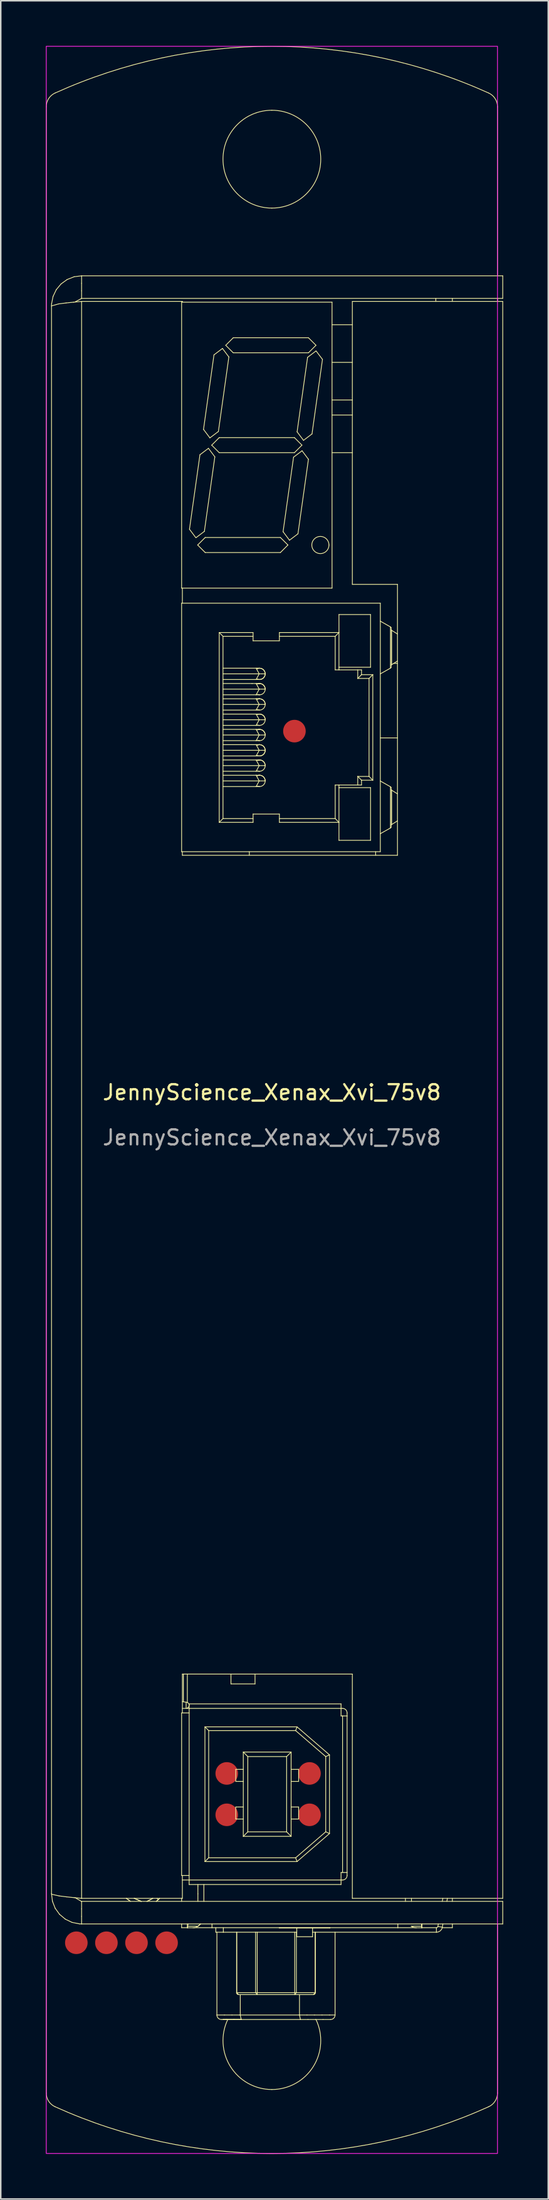
<source format=kicad_pcb>
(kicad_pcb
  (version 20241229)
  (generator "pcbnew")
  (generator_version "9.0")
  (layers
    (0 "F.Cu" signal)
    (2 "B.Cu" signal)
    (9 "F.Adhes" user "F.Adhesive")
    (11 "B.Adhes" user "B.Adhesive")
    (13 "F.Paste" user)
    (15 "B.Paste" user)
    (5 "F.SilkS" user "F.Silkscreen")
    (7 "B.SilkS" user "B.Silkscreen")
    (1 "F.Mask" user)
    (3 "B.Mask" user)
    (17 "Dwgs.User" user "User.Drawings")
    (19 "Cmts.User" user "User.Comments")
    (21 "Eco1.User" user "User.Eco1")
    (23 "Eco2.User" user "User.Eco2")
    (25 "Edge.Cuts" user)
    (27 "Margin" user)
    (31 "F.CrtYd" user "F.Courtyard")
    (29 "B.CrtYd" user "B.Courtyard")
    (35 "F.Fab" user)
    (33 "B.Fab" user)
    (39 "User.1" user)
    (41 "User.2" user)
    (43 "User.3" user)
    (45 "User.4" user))
  (footprint "JennyScience_Xenax_Xvi_75v8"
    (layer "F.Cu")
    (at 15.025 70.025)
    (property "Reference" "JennyScience_Xenax_Xvi_75v8" (at 0 -0.5 0) (unlocked yes) (layer "F.SilkS") (effects (font (size 1 1) (thickness 0.15))))
    (fp_line (start -15 -65.984) (end -15 65.984) (stroke (width 0.05) (type solid)) (layer "F.SilkS"))
    (fp_line (start -14.65 -52.75) (end -14.65 52.75) (stroke (width 0.05) (type solid)) (layer "F.SilkS"))
    (fp_line (start -14.65 -52.75) (end -14.18 -52.884) (stroke (width 0.05) (type solid)) (layer "F.SilkS"))
    (fp_line (start -14.65 52.75) (end -14.588 53.245) (stroke (width 0.05) (type solid)) (layer "F.SilkS"))
    (fp_line (start -14.645 -52.892) (end -14.65 -52.75) (stroke (width 0.05) (type solid)) (layer "F.SilkS"))
    (fp_line (start -14.627 52.779) (end -14.65 52.75) (stroke (width 0.05) (type solid)) (layer "F.SilkS"))
    (fp_line (start -14.588 53.245) (end -14.406 53.709) (stroke (width 0.05) (type solid)) (layer "F.SilkS"))
    (fp_line (start -14.548 -53.381) (end -14.645 -52.892) (stroke (width 0.05) (type solid)) (layer "F.SilkS"))
    (fp_line (start -14.406 53.709) (end -14.114 54.113) (stroke (width 0.05) (type solid)) (layer "F.SilkS"))
    (fp_line (start -14.333 -53.831) (end -14.548 -53.381) (stroke (width 0.05) (type solid)) (layer "F.SilkS"))
    (fp_line (start -14.18 -52.884) (end -13.684 -52.946) (stroke (width 0.05) (type solid)) (layer "F.SilkS"))
    (fp_line (start -14.142 52.889) (end -14.627 52.779) (stroke (width 0.05) (type solid)) (layer "F.SilkS"))
    (fp_line (start -14.114 54.113) (end -13.731 54.433) (stroke (width 0.05) (type solid)) (layer "F.SilkS"))
    (fp_line (start -14.014 -54.213) (end -14.333 -53.831) (stroke (width 0.05) (type solid)) (layer "F.SilkS"))
    (fp_line (start -13.731 54.433) (end -13.281 54.648) (stroke (width 0.05) (type solid)) (layer "F.SilkS"))
    (fp_line (start -13.684 -52.946) (end -13.186 -52.998) (stroke (width 0.05) (type solid)) (layer "F.SilkS"))
    (fp_line (start -13.645 52.95) (end -14.142 52.889) (stroke (width 0.05) (type solid)) (layer "F.SilkS"))
    (fp_line (start -13.609 -54.505) (end -14.014 -54.213) (stroke (width 0.05) (type solid)) (layer "F.SilkS"))
    (fp_line (start -13.281 54.648) (end -12.792 54.745) (stroke (width 0.05) (type solid)) (layer "F.SilkS"))
    (fp_line (start -13.186 -52.998) (end -12.689 -53.046) (stroke (width 0.05) (type solid)) (layer "F.SilkS"))
    (fp_line (start -13.148 53.002) (end -13.645 52.95) (stroke (width 0.05) (type solid)) (layer "F.SilkS"))
    (fp_line (start -13.145 -54.688) (end -13.609 -54.505) (stroke (width 0.05) (type solid)) (layer "F.SilkS"))
    (fp_line (start -13.078 53.009) (end -12.663 53.25) (stroke (width 0.05) (type solid)) (layer "F.SilkS"))
    (fp_line (start -13.071 -53.02) (end -13.078 -53.009) (stroke (width 0.05) (type solid)) (layer "F.SilkS"))
    (fp_line (start -12.792 54.745) (end -12.65 54.75) (stroke (width 0.05) (type solid)) (layer "F.SilkS"))
    (fp_line (start -12.689 -53.046) (end -12.65 -53.05) (stroke (width 0.05) (type solid)) (layer "F.SilkS"))
    (fp_line (start -12.663 53.25) (end -12.65 53.25) (stroke (width 0.05) (type solid)) (layer "F.SilkS"))
    (fp_line (start -12.65 -54.75) (end -13.145 -54.688) (stroke (width 0.05) (type solid)) (layer "F.SilkS"))
    (fp_line (start -12.65 -54.75) (end -12.65 -54.25) (stroke (width 0.05) (type solid)) (layer "F.SilkS"))
    (fp_line (start -12.65 -54.75) (end 15.35 -54.75) (stroke (width 0.05) (type solid)) (layer "F.SilkS"))
    (fp_line (start -12.65 -54.25) (end -12.65 -53.75) (stroke (width 0.05) (type solid)) (layer "F.SilkS"))
    (fp_line (start -12.65 -53.75) (end -12.65 -53.25) (stroke (width 0.05) (type solid)) (layer "F.SilkS"))
    (fp_line (start -12.65 -53.25) (end -13.071 -53.02) (stroke (width 0.05) (type solid)) (layer "F.SilkS"))
    (fp_line (start -12.65 -53.25) (end 15.35 -53.25) (stroke (width 0.05) (type solid)) (layer "F.SilkS"))
    (fp_line (start -12.65 -53.05) (end -12.65 53.05) (stroke (width 0.05) (type solid)) (layer "F.SilkS"))
    (fp_line (start -12.65 -53.05) (end -5.95 -53.05) (stroke (width 0.05) (type solid)) (layer "F.SilkS"))
    (fp_line (start -12.65 53.05) (end -13.148 53.002) (stroke (width 0.05) (type solid)) (layer "F.SilkS"))
    (fp_line (start -12.65 53.05) (end -5.95 53.05) (stroke (width 0.05) (type solid)) (layer "F.SilkS"))
    (fp_line (start -12.65 53.25) (end 15.35 53.25) (stroke (width 0.05) (type solid)) (layer "F.SilkS"))
    (fp_line (start -12.65 53.75) (end -12.65 53.25) (stroke (width 0.05) (type solid)) (layer "F.SilkS"))
    (fp_line (start -12.65 54.25) (end -12.65 53.75) (stroke (width 0.05) (type solid)) (layer "F.SilkS"))
    (fp_line (start -12.65 54.75) (end -12.65 54.25) (stroke (width 0.05) (type solid)) (layer "F.SilkS"))
    (fp_line (start -12.65 54.75) (end 15.35 54.75) (stroke (width 0.05) (type solid)) (layer "F.SilkS"))
    (fp_line (start -9.675 53.05) (end -9.395 53.25) (stroke (width 0.05) (type solid)) (layer "F.SilkS"))
    (fp_line (start -9.467 53.202) (end -9.675 53.05) (stroke (width 0.05) (type solid)) (layer "F.SilkS"))
    (fp_line (start -9.149 53.05) (end -8.692 53.248) (stroke (width 0.05) (type solid)) (layer "F.SilkS"))
    (fp_line (start -9.143 53.053) (end -9.149 53.05) (stroke (width 0.05) (type solid)) (layer "F.SilkS"))
    (fp_line (start -8.692 53.248) (end -8.685 53.25) (stroke (width 0.05) (type solid)) (layer "F.SilkS"))
    (fp_line (start -8.685 53.25) (end -9.143 53.053) (stroke (width 0.05) (type solid)) (layer "F.SilkS"))
    (fp_line (start -8.3 53.25) (end -7.92 53.05) (stroke (width 0.05) (type solid)) (layer "F.SilkS"))
    (fp_line (start -7.919 53.05) (end -8.3 53.25) (stroke (width 0.05) (type solid)) (layer "F.SilkS"))
    (fp_line (start -7.688 53.25) (end -7.552 53.133) (stroke (width 0.05) (type solid)) (layer "F.SilkS"))
    (fp_line (start -7.553 53.134) (end -7.688 53.25) (stroke (width 0.05) (type solid)) (layer "F.SilkS"))
    (fp_line (start -7.552 53.133) (end -7.628 53.05) (stroke (width 0.05) (type solid)) (layer "F.SilkS"))
    (fp_line (start -7.471 53.057) (end -7.552 53.133) (stroke (width 0.05) (type solid)) (layer "F.SilkS"))
    (fp_line (start -7.464 53.05) (end -7.552 53.133) (stroke (width 0.05) (type solid)) (layer "F.SilkS"))
    (fp_line (start -6 -53) (end -6 -34) (stroke (width 0.05) (type solid)) (layer "F.SilkS"))
    (fp_line (start -6 -34) (end 4 -34) (stroke (width 0.05) (type solid)) (layer "F.SilkS"))
    (fp_line (start -6 -33) (end -6 -16.49) (stroke (width 0.05) (type solid)) (layer "F.SilkS"))
    (fp_line (start -6 40.73) (end -6 51.53) (stroke (width 0.05) (type solid)) (layer "F.SilkS"))
    (fp_line (start -6 40.73) (end -5.5 40.73) (stroke (width 0.05) (type solid)) (layer "F.SilkS"))
    (fp_line (start -6 51.53) (end -5.5 51.53) (stroke (width 0.05) (type solid)) (layer "F.SilkS"))
    (fp_line (start -6 53.05) (end -6 53.25) (stroke (width 0.05) (type solid)) (layer "F.SilkS"))
    (fp_line (start -6 54.75) (end -6 55) (stroke (width 0.05) (type solid)) (layer "F.SilkS"))
    (fp_line (start -5.95 -53.05) (end -5.95 -53) (stroke (width 0.05) (type solid)) (layer "F.SilkS"))
    (fp_line (start -5.95 -34) (end -5.95 -33) (stroke (width 0.05) (type solid)) (layer "F.SilkS"))
    (fp_line (start -5.95 -16.49) (end -5.95 -16.25) (stroke (width 0.05) (type solid)) (layer "F.SilkS"))
    (fp_line (start -5.95 -16.25) (end 8.35 -16.25) (stroke (width 0.05) (type solid)) (layer "F.SilkS"))
    (fp_line (start -5.95 38.15) (end -5.95 40.73) (stroke (width 0.05) (type solid)) (layer "F.SilkS"))
    (fp_line (start -5.95 39.979) (end -5.881 39.99) (stroke (width 0.05) (type solid)) (layer "F.SilkS"))
    (fp_line (start -5.95 51.53) (end -5.95 53.05) (stroke (width 0.05) (type solid)) (layer "F.SilkS"))
    (fp_line (start -5.881 38.15) (end -5.881 39.99) (stroke (width 0.05) (type solid)) (layer "F.SilkS"))
    (fp_line (start -5.881 39.99) (end -5.701 40.02) (stroke (width 0.05) (type solid)) (layer "F.SilkS"))
    (fp_line (start -5.701 40.02) (end -5.701 40.43) (stroke (width 0.05) (type solid)) (layer "F.SilkS"))
    (fp_line (start -5.701 40.02) (end -5.62 40.035) (stroke (width 0.05) (type solid)) (layer "F.SilkS"))
    (fp_line (start -5.62 40.035) (end -5.62 38.15) (stroke (width 0.05) (type solid)) (layer "F.SilkS"))
    (fp_line (start -5.62 40.4) (end -5.62 40.43) (stroke (width 0.05) (type solid)) (layer "F.SilkS"))
    (fp_line (start -5.62 54.75) (end -5.62 55.003) (stroke (width 0.05) (type solid)) (layer "F.SilkS"))
    (fp_line (start -5.62 55) (end -6 55) (stroke (width 0.05) (type solid)) (layer "F.SilkS"))
    (fp_line (start -5.62 55.003) (end -5.598 55.003) (stroke (width 0.05) (type solid)) (layer "F.SilkS"))
    (fp_line (start -5.598 54.903) (end -5.598 55.003) (stroke (width 0.05) (type solid)) (layer "F.SilkS"))
    (fp_line (start -5.598 55.003) (end -5.241 55.003) (stroke (width 0.05) (type solid)) (layer "F.SilkS"))
    (fp_line (start -5.568 54.75) (end -5.598 54.903) (stroke (width 0.05) (type solid)) (layer "F.SilkS"))
    (fp_line (start -5.5 40.13) (end -5.5 40.43) (stroke (width 0.05) (type solid)) (layer "F.SilkS"))
    (fp_line (start -5.5 40.43) (end -5.95 40.43) (stroke (width 0.05) (type solid)) (layer "F.SilkS"))
    (fp_line (start -5.5 40.43) (end -5.5 51.83) (stroke (width 0.05) (type solid)) (layer "F.SilkS"))
    (fp_line (start -5.5 40.43) (end 4.6 40.43) (stroke (width 0.05) (type solid)) (layer "F.SilkS"))
    (fp_line (start -5.5 51.83) (end -5.95 51.83) (stroke (width 0.05) (type solid)) (layer "F.SilkS"))
    (fp_line (start -5.5 51.83) (end 4.6 51.83) (stroke (width 0.05) (type solid)) (layer "F.SilkS"))
    (fp_line (start -5.5 52.13) (end -5.5 51.83) (stroke (width 0.05) (type solid)) (layer "F.SilkS"))
    (fp_line (start -5.478 -37.912) (end -5.052 -37.347) (stroke (width 0.05) (type solid)) (layer "F.SilkS"))
    (fp_line (start -5.052 -37.347) (end -4.487 -37.773) (stroke (width 0.05) (type solid)) (layer "F.SilkS"))
    (fp_line (start -4.933 -36.865) (end -4.433 -36.365) (stroke (width 0.05) (type solid)) (layer "F.SilkS"))
    (fp_line (start -4.918 52.25) (end -4.918 52.13) (stroke (width 0.05) (type solid)) (layer "F.SilkS"))
    (fp_line (start -4.918 52.75) (end -4.918 52.25) (stroke (width 0.05) (type solid)) (layer "F.SilkS"))
    (fp_line (start -4.918 53.25) (end -4.918 52.75) (stroke (width 0.05) (type solid)) (layer "F.SilkS"))
    (fp_line (start -4.905 54.903) (end -5.598 54.903) (stroke (width 0.05) (type solid)) (layer "F.SilkS"))
    (fp_line (start -4.905 54.903) (end -4.743 54.75) (stroke (width 0.05) (type solid)) (layer "F.SilkS"))
    (fp_line (start -4.782 -42.863) (end -5.478 -37.912) (stroke (width 0.05) (type solid)) (layer "F.SilkS"))
    (fp_line (start -4.743 54.75) (end -4.905 54.903) (stroke (width 0.05) (type solid)) (layer "F.SilkS"))
    (fp_line (start -4.545 -44.547) (end -4.12 -43.982) (stroke (width 0.05) (type solid)) (layer "F.SilkS"))
    (fp_line (start -4.521 52.13) (end -4.521 53.25) (stroke (width 0.05) (type solid)) (layer "F.SilkS"))
    (fp_line (start -4.487 -37.773) (end -3.792 -42.724) (stroke (width 0.05) (type solid)) (layer "F.SilkS"))
    (fp_line (start -4.45 41.655) (end -4.2 41.905) (stroke (width 0.05) (type solid)) (layer "F.SilkS"))
    (fp_line (start -4.45 50.605) (end -4.45 41.655) (stroke (width 0.05) (type solid)) (layer "F.SilkS"))
    (fp_line (start -4.45 50.605) (end -4.2 50.355) (stroke (width 0.05) (type solid)) (layer "F.SilkS"))
    (fp_line (start -4.433 -37.365) (end -4.933 -36.865) (stroke (width 0.05) (type solid)) (layer "F.SilkS"))
    (fp_line (start -4.433 -36.365) (end 0.567 -36.365) (stroke (width 0.05) (type solid)) (layer "F.SilkS"))
    (fp_line (start -4.217 -43.289) (end -4.782 -42.863) (stroke (width 0.05) (type solid)) (layer "F.SilkS"))
    (fp_line (start -4.2 41.905) (end -4.2 50.355) (stroke (width 0.05) (type solid)) (layer "F.SilkS"))
    (fp_line (start -4.2 41.905) (end 1.58 41.905) (stroke (width 0.05) (type solid)) (layer "F.SilkS"))
    (fp_line (start -4.2 50.355) (end 1.58 50.355) (stroke (width 0.05) (type solid)) (layer "F.SilkS"))
    (fp_line (start -4.12 -43.982) (end -3.555 -44.408) (stroke (width 0.05) (type solid)) (layer "F.SilkS"))
    (fp_line (start -4 -43.5) (end -3.5 -43) (stroke (width 0.05) (type solid)) (layer "F.SilkS"))
    (fp_line (start -3.98 54.75) (end -3.98 55) (stroke (width 0.05) (type solid)) (layer "F.SilkS"))
    (fp_line (start -3.98 55) (end -5.186 55) (stroke (width 0.05) (type solid)) (layer "F.SilkS"))
    (fp_line (start -3.849 -49.498) (end -4.545 -44.547) (stroke (width 0.05) (type solid)) (layer "F.SilkS"))
    (fp_line (start -3.792 -42.724) (end -4.217 -43.289) (stroke (width 0.05) (type solid)) (layer "F.SilkS"))
    (fp_line (start -3.727 55.3) (end -3.727 55) (stroke (width 0.05) (type solid)) (layer "F.SilkS"))
    (fp_line (start -3.654 55.3) (end -3.654 60.8) (stroke (width 0.05) (type solid)) (layer "F.SilkS"))
    (fp_line (start -3.654 60.8) (end -3.154 60.8) (stroke (width 0.05) (type solid)) (layer "F.SilkS"))
    (fp_line (start -3.555 -44.408) (end -2.859 -49.359) (stroke (width 0.05) (type solid)) (layer "F.SilkS"))
    (fp_line (start -3.5 -44) (end -4 -43.5) (stroke (width 0.05) (type solid)) (layer "F.SilkS"))
    (fp_line (start -3.5 -43) (end 1.5 -43) (stroke (width 0.05) (type solid)) (layer "F.SilkS"))
    (fp_line (start -3.5 -31.05) (end -1.25 -31.05) (stroke (width 0.05) (type solid)) (layer "F.SilkS"))
    (fp_line (start -3.5 -18.44) (end -3.5 -31.05) (stroke (width 0.05) (type solid)) (layer "F.SilkS"))
    (fp_line (start -3.5 -18.44) (end -1.25 -18.44) (stroke (width 0.05) (type solid)) (layer "F.SilkS"))
    (fp_line (start -3.285 -49.924) (end -3.849 -49.498) (stroke (width 0.05) (type solid)) (layer "F.SilkS"))
    (fp_line (start -3.25 -30.8) (end -3.5 -31.05) (stroke (width 0.05) (type solid)) (layer "F.SilkS"))
    (fp_line (start -3.25 -30.8) (end -3.25 -18.69) (stroke (width 0.05) (type solid)) (layer "F.SilkS"))
    (fp_line (start -3.25 -28.68) (end -1.046 -28.68) (stroke (width 0.05) (type solid)) (layer "F.SilkS"))
    (fp_line (start -3.25 -28.305) (end -0.841 -28.305) (stroke (width 0.05) (type solid)) (layer "F.SilkS"))
    (fp_line (start -3.25 -27.93) (end -1.046 -27.93) (stroke (width 0.05) (type solid)) (layer "F.SilkS"))
    (fp_line (start -3.25 -27.664) (end -1.046 -27.664) (stroke (width 0.05) (type solid)) (layer "F.SilkS"))
    (fp_line (start -3.25 -27.289) (end -0.841 -27.289) (stroke (width 0.05) (type solid)) (layer "F.SilkS"))
    (fp_line (start -3.25 -26.914) (end -1.046 -26.914) (stroke (width 0.05) (type solid)) (layer "F.SilkS"))
    (fp_line (start -3.25 -26.648) (end -1.046 -26.648) (stroke (width 0.05) (type solid)) (layer "F.SilkS"))
    (fp_line (start -3.25 -26.273) (end -0.841 -26.273) (stroke (width 0.05) (type solid)) (layer "F.SilkS"))
    (fp_line (start -3.25 -25.898) (end -1.046 -25.898) (stroke (width 0.05) (type solid)) (layer "F.SilkS"))
    (fp_line (start -3.25 -25.632) (end -1.046 -25.632) (stroke (width 0.05) (type solid)) (layer "F.SilkS"))
    (fp_line (start -3.25 -25.257) (end -0.841 -25.257) (stroke (width 0.05) (type solid)) (layer "F.SilkS"))
    (fp_line (start -3.25 -24.882) (end -1.046 -24.882) (stroke (width 0.05) (type solid)) (layer "F.SilkS"))
    (fp_line (start -3.25 -24.616) (end -1.046 -24.616) (stroke (width 0.05) (type solid)) (layer "F.SilkS"))
    (fp_line (start -3.25 -24.241) (end -0.841 -24.241) (stroke (width 0.05) (type solid)) (layer "F.SilkS"))
    (fp_line (start -3.25 -23.866) (end -1.046 -23.866) (stroke (width 0.05) (type solid)) (layer "F.SilkS"))
    (fp_line (start -3.25 -23.6) (end -1.046 -23.6) (stroke (width 0.05) (type solid)) (layer "F.SilkS"))
    (fp_line (start -3.25 -23.225) (end -0.841 -23.225) (stroke (width 0.05) (type solid)) (layer "F.SilkS"))
    (fp_line (start -3.25 -22.85) (end -1.046 -22.85) (stroke (width 0.05) (type solid)) (layer "F.SilkS"))
    (fp_line (start -3.25 -22.584) (end -1.046 -22.584) (stroke (width 0.05) (type solid)) (layer "F.SilkS"))
    (fp_line (start -3.25 -22.209) (end -0.841 -22.209) (stroke (width 0.05) (type solid)) (layer "F.SilkS"))
    (fp_line (start -3.25 -21.834) (end -1.046 -21.834) (stroke (width 0.05) (type solid)) (layer "F.SilkS"))
    (fp_line (start -3.25 -21.568) (end -1.046 -21.568) (stroke (width 0.05) (type solid)) (layer "F.SilkS"))
    (fp_line (start -3.25 -21.193) (end -0.841 -21.193) (stroke (width 0.05) (type solid)) (layer "F.SilkS"))
    (fp_line (start -3.25 -20.818) (end -1.046 -20.818) (stroke (width 0.05) (type solid)) (layer "F.SilkS"))
    (fp_line (start -3.25 -18.69) (end -3.5 -18.44) (stroke (width 0.05) (type solid)) (layer "F.SilkS"))
    (fp_line (start -3.227 55) (end -3.227 55.3) (stroke (width 0.05) (type solid)) (layer "F.SilkS"))
    (fp_line (start -3.227 55.3) (end -3.727 55.3) (stroke (width 0.05) (type solid)) (layer "F.SilkS"))
    (fp_line (start -3.154 60.8) (end -2.654 60.8) (stroke (width 0.05) (type solid)) (layer "F.SilkS"))
    (fp_line (start -3.068 -50.135) (end -2.568 -49.635) (stroke (width 0.05) (type solid)) (layer "F.SilkS"))
    (fp_line (start -3.039 61.1) (end -3.354 61.1) (stroke (width 0.05) (type solid)) (layer "F.SilkS"))
    (fp_line (start -3.022 61.1) (end -3.274 61.1) (stroke (width 0.05) (type solid)) (layer "F.SilkS"))
    (fp_line (start -3.016 61.1) (end -3.244 61.1) (stroke (width 0.05) (type solid)) (layer "F.SilkS"))
    (fp_line (start -2.859 -49.359) (end -3.285 -49.924) (stroke (width 0.05) (type solid)) (layer "F.SilkS"))
    (fp_line (start -2.72 38.803) (end -2.72 38.15) (stroke (width 0.05) (type solid)) (layer "F.SilkS"))
    (fp_line (start -2.72 38.803) (end -1.12 38.803) (stroke (width 0.05) (type solid)) (layer "F.SilkS"))
    (fp_line (start -2.654 60.8) (end -2.154 60.8) (stroke (width 0.05) (type solid)) (layer "F.SilkS"))
    (fp_line (start -2.568 -50.635) (end -3.068 -50.135) (stroke (width 0.05) (type solid)) (layer "F.SilkS"))
    (fp_line (start -2.568 -49.635) (end 2.432 -49.635) (stroke (width 0.05) (type solid)) (layer "F.SilkS"))
    (fp_line (start -2.539 61.1) (end -3.039 61.1) (stroke (width 0.05) (type solid)) (layer "F.SilkS"))
    (fp_line (start -2.522 61.1) (end -3.022 61.1) (stroke (width 0.05) (type solid)) (layer "F.SilkS"))
    (fp_line (start -2.516 61.1) (end -3.016 61.1) (stroke (width 0.05) (type solid)) (layer "F.SilkS"))
    (fp_line (start -2.4 44.48) (end -1.9 44.48) (stroke (width 0.05) (type solid)) (layer "F.SilkS"))
    (fp_line (start -2.4 45.28) (end -2.4 44.48) (stroke (width 0.05) (type solid)) (layer "F.SilkS"))
    (fp_line (start -2.4 46.98) (end -1.9 46.98) (stroke (width 0.05) (type solid)) (layer "F.SilkS"))
    (fp_line (start -2.4 47.78) (end -2.4 46.98) (stroke (width 0.05) (type solid)) (layer "F.SilkS"))
    (fp_line (start -2.347 59.318) (end -2.347 55.3) (stroke (width 0.05) (type solid)) (layer "F.SilkS"))
    (fp_line (start -2.347 59.318) (end -2.33 59.318) (stroke (width 0.05) (type solid)) (layer "F.SilkS"))
    (fp_line (start -2.33 55.3) (end -2.33 59.318) (stroke (width 0.05) (type solid)) (layer "F.SilkS"))
    (fp_line (start -2.33 59.318) (end -2.347 59.318) (stroke (width 0.05) (type solid)) (layer "F.SilkS"))
    (fp_line (start -2.33 59.318) (end -1.083 59.318) (stroke (width 0.05) (type solid)) (layer "F.SilkS"))
    (fp_line (start -2.22 59.445) (end -2.33 59.318) (stroke (width 0.05) (type solid)) (layer "F.SilkS"))
    (fp_line (start -2.154 60.8) (end -2.101 60.8) (stroke (width 0.05) (type solid)) (layer "F.SilkS"))
    (fp_line (start -2.101 59.445) (end -2.101 60.8) (stroke (width 0.05) (type solid)) (layer "F.SilkS"))
    (fp_line (start -2.101 60.8) (end -2.039 61.1) (stroke (width 0.05) (type solid)) (layer "F.SilkS"))
    (fp_line (start -2.101 60.8) (end 1.836 60.8) (stroke (width 0.05) (type solid)) (layer "F.SilkS"))
    (fp_line (start -2.039 61.1) (end -2.539 61.1) (stroke (width 0.05) (type solid)) (layer "F.SilkS"))
    (fp_line (start -2.022 61.1) (end -2.522 61.1) (stroke (width 0.05) (type solid)) (layer "F.SilkS"))
    (fp_line (start -2.016 61.1) (end -2.516 61.1) (stroke (width 0.05) (type solid)) (layer "F.SilkS"))
    (fp_line (start -1.9 43.33) (end -1.6 43.63) (stroke (width 0.05) (type solid)) (layer "F.SilkS"))
    (fp_line (start -1.9 45.28) (end -2.4 45.28) (stroke (width 0.05) (type solid)) (layer "F.SilkS"))
    (fp_line (start -1.9 47.78) (end -2.4 47.78) (stroke (width 0.05) (type solid)) (layer "F.SilkS"))
    (fp_line (start -1.9 48.93) (end -1.9 43.33) (stroke (width 0.05) (type solid)) (layer "F.SilkS"))
    (fp_line (start -1.9 48.93) (end -1.6 48.63) (stroke (width 0.05) (type solid)) (layer "F.SilkS"))
    (fp_line (start -1.6 43.63) (end -1.6 48.63) (stroke (width 0.05) (type solid)) (layer "F.SilkS"))
    (fp_line (start -1.6 43.63) (end 0.98 43.63) (stroke (width 0.05) (type solid)) (layer "F.SilkS"))
    (fp_line (start -1.6 48.63) (end 0.98 48.63) (stroke (width 0.05) (type solid)) (layer "F.SilkS"))
    (fp_line (start -1.5 -16.49) (end -1.5 -16.25) (stroke (width 0.05) (type solid)) (layer "F.SilkS"))
    (fp_line (start -1.319 -27.664) (end -1.319 -27.659) (stroke (width 0.05) (type solid)) (layer "F.SilkS"))
    (fp_line (start -1.319 -23.6) (end -1.319 -23.595) (stroke (width 0.05) (type solid)) (layer "F.SilkS"))
    (fp_line (start -1.25 -31.05) (end -1.25 -30.5) (stroke (width 0.05) (type solid)) (layer "F.SilkS"))
    (fp_line (start -1.25 -30.8) (end -3.25 -30.8) (stroke (width 0.05) (type solid)) (layer "F.SilkS"))
    (fp_line (start -1.25 -30.5) (end 0.5 -30.5) (stroke (width 0.05) (type solid)) (layer "F.SilkS"))
    (fp_line (start -1.25 -18.99) (end 0.5 -18.99) (stroke (width 0.05) (type solid)) (layer "F.SilkS"))
    (fp_line (start -1.25 -18.69) (end -3.25 -18.69) (stroke (width 0.05) (type solid)) (layer "F.SilkS"))
    (fp_line (start -1.25 -18.44) (end -1.25 -18.99) (stroke (width 0.05) (type solid)) (layer "F.SilkS"))
    (fp_line (start -1.12 38.803) (end -1.12 38.15) (stroke (width 0.05) (type solid)) (layer "F.SilkS"))
    (fp_line (start -1.083 59.318) (end -1.083 55.3) (stroke (width 0.05) (type solid)) (layer "F.SilkS"))
    (fp_line (start -1.046 -28.68) (end -0.819 -28.68) (stroke (width 0.05) (type solid)) (layer "F.SilkS"))
    (fp_line (start -1.046 -28.68) (end -0.819 -28.68) (stroke (width 0.05) (type solid)) (layer "F.SilkS"))
    (fp_line (start -1.046 -27.93) (end -0.841 -28.305) (stroke (width 0.05) (type solid)) (layer "F.SilkS"))
    (fp_line (start -1.046 -27.93) (end -0.819 -27.93) (stroke (width 0.05) (type solid)) (layer "F.SilkS"))
    (fp_line (start -1.046 -27.664) (end -0.819 -27.664) (stroke (width 0.05) (type solid)) (layer "F.SilkS"))
    (fp_line (start -1.046 -26.914) (end -0.841 -27.289) (stroke (width 0.05) (type solid)) (layer "F.SilkS"))
    (fp_line (start -1.046 -26.914) (end -0.819 -26.914) (stroke (width 0.05) (type solid)) (layer "F.SilkS"))
    (fp_line (start -1.046 -26.648) (end -0.819 -26.648) (stroke (width 0.05) (type solid)) (layer "F.SilkS"))
    (fp_line (start -1.046 -26.648) (end -0.819 -26.648) (stroke (width 0.05) (type solid)) (layer "F.SilkS"))
    (fp_line (start -1.046 -25.898) (end -0.841 -26.273) (stroke (width 0.05) (type solid)) (layer "F.SilkS"))
    (fp_line (start -1.046 -25.898) (end -0.819 -25.898) (stroke (width 0.05) (type solid)) (layer "F.SilkS"))
    (fp_line (start -1.046 -25.632) (end -0.819 -25.632) (stroke (width 0.05) (type solid)) (layer "F.SilkS"))
    (fp_line (start -1.046 -24.882) (end -0.841 -25.257) (stroke (width 0.05) (type solid)) (layer "F.SilkS"))
    (fp_line (start -1.046 -24.882) (end -0.819 -24.882) (stroke (width 0.05) (type solid)) (layer "F.SilkS"))
    (fp_line (start -1.046 -24.616) (end -0.819 -24.616) (stroke (width 0.05) (type solid)) (layer "F.SilkS"))
    (fp_line (start -1.046 -23.866) (end -0.841 -24.241) (stroke (width 0.05) (type solid)) (layer "F.SilkS"))
    (fp_line (start -1.046 -23.866) (end -0.819 -23.866) (stroke (width 0.05) (type solid)) (layer "F.SilkS"))
    (fp_line (start -1.046 -23.6) (end -0.819 -23.6) (stroke (width 0.05) (type solid)) (layer "F.SilkS"))
    (fp_line (start -1.046 -22.85) (end -0.841 -23.225) (stroke (width 0.05) (type solid)) (layer "F.SilkS"))
    (fp_line (start -1.046 -22.85) (end -0.819 -22.85) (stroke (width 0.05) (type solid)) (layer "F.SilkS"))
    (fp_line (start -1.046 -22.584) (end -0.819 -22.584) (stroke (width 0.05) (type solid)) (layer "F.SilkS"))
    (fp_line (start -1.046 -21.834) (end -0.841 -22.209) (stroke (width 0.05) (type solid)) (layer "F.SilkS"))
    (fp_line (start -1.046 -21.834) (end -0.819 -21.834) (stroke (width 0.05) (type solid)) (layer "F.SilkS"))
    (fp_line (start -1.046 -21.568) (end -0.819 -21.568) (stroke (width 0.05) (type solid)) (layer "F.SilkS"))
    (fp_line (start -1.046 -20.818) (end -0.841 -21.193) (stroke (width 0.05) (type solid)) (layer "F.SilkS"))
    (fp_line (start -1.046 -20.818) (end -0.819 -20.818) (stroke (width 0.05) (type solid)) (layer "F.SilkS"))
    (fp_line (start -0.997 59.445) (end -0.973 59.445) (stroke (width 0.05) (type solid)) (layer "F.SilkS"))
    (fp_line (start -0.973 55.3) (end -0.973 59.318) (stroke (width 0.05) (type solid)) (layer "F.SilkS"))
    (fp_line (start -0.973 59.318) (end -1.083 59.318) (stroke (width 0.05) (type solid)) (layer "F.SilkS"))
    (fp_line (start -0.973 59.318) (end 1.52 59.318) (stroke (width 0.05) (type solid)) (layer "F.SilkS"))
    (fp_line (start -0.973 59.445) (end -2.22 59.445) (stroke (width 0.05) (type solid)) (layer "F.SilkS"))
    (fp_line (start -0.973 59.445) (end -1.083 59.318) (stroke (width 0.05) (type solid)) (layer "F.SilkS"))
    (fp_line (start -0.973 59.445) (end -0.973 59.318) (stroke (width 0.05) (type solid)) (layer "F.SilkS"))
    (fp_line (start -0.841 -28.305) (end -1.046 -28.68) (stroke (width 0.05) (type solid)) (layer "F.SilkS"))
    (fp_line (start -0.841 -28.305) (end -0.444 -28.305) (stroke (width 0.05) (type solid)) (layer "F.SilkS"))
    (fp_line (start -0.841 -27.289) (end -1.046 -27.664) (stroke (width 0.05) (type solid)) (layer "F.SilkS"))
    (fp_line (start -0.841 -27.289) (end -0.444 -27.289) (stroke (width 0.05) (type solid)) (layer "F.SilkS"))
    (fp_line (start -0.841 -26.273) (end -1.046 -26.648) (stroke (width 0.05) (type solid)) (layer "F.SilkS"))
    (fp_line (start -0.841 -26.273) (end -0.444 -26.273) (stroke (width 0.05) (type solid)) (layer "F.SilkS"))
    (fp_line (start -0.841 -25.257) (end -1.046 -25.632) (stroke (width 0.05) (type solid)) (layer "F.SilkS"))
    (fp_line (start -0.841 -25.257) (end -0.444 -25.257) (stroke (width 0.05) (type solid)) (layer "F.SilkS"))
    (fp_line (start -0.841 -24.241) (end -1.046 -24.616) (stroke (width 0.05) (type solid)) (layer "F.SilkS"))
    (fp_line (start -0.841 -24.241) (end -0.444 -24.241) (stroke (width 0.05) (type solid)) (layer "F.SilkS"))
    (fp_line (start -0.841 -23.225) (end -1.046 -23.6) (stroke (width 0.05) (type solid)) (layer "F.SilkS"))
    (fp_line (start -0.841 -23.225) (end -0.444 -23.225) (stroke (width 0.05) (type solid)) (layer "F.SilkS"))
    (fp_line (start -0.841 -22.209) (end -1.046 -22.584) (stroke (width 0.05) (type solid)) (layer "F.SilkS"))
    (fp_line (start -0.841 -22.209) (end -0.444 -22.209) (stroke (width 0.05) (type solid)) (layer "F.SilkS"))
    (fp_line (start -0.841 -21.193) (end -1.046 -21.568) (stroke (width 0.05) (type solid)) (layer "F.SilkS"))
    (fp_line (start -0.841 -21.193) (end -0.444 -21.193) (stroke (width 0.05) (type solid)) (layer "F.SilkS"))
    (fp_line (start 0.5 -31.05) (end 4.46 -31.05) (stroke (width 0.05) (type solid)) (layer "F.SilkS"))
    (fp_line (start 0.5 -30.5) (end 0.5 -31.05) (stroke (width 0.05) (type solid)) (layer "F.SilkS"))
    (fp_line (start 0.5 -18.99) (end 0.5 -18.44) (stroke (width 0.05) (type solid)) (layer "F.SilkS"))
    (fp_line (start 0.5 -18.44) (end 4.46 -18.44) (stroke (width 0.05) (type solid)) (layer "F.SilkS"))
    (fp_line (start 0.5 55.002) (end 0.5 55) (stroke (width 0.05) (type solid)) (layer "F.SilkS"))
    (fp_line (start 0.5 55.002) (end 3.86 55.002) (stroke (width 0.05) (type solid)) (layer "F.SilkS"))
    (fp_line (start 0.502 55.002) (end 0.502 55.003) (stroke (width 0.05) (type solid)) (layer "F.SilkS"))
    (fp_line (start 0.502 55.003) (end 3.862 55.003) (stroke (width 0.05) (type solid)) (layer "F.SilkS"))
    (fp_line (start 0.567 -37.365) (end -4.433 -37.365) (stroke (width 0.05) (type solid)) (layer "F.SilkS"))
    (fp_line (start 0.567 -36.365) (end 1.067 -36.865) (stroke (width 0.05) (type solid)) (layer "F.SilkS"))
    (fp_line (start 0.745 -37.749) (end 1.171 -37.184) (stroke (width 0.05) (type solid)) (layer "F.SilkS"))
    (fp_line (start 0.98 43.63) (end 1.28 43.33) (stroke (width 0.05) (type solid)) (layer "F.SilkS"))
    (fp_line (start 0.98 48.63) (end 0.98 43.63) (stroke (width 0.05) (type solid)) (layer "F.SilkS"))
    (fp_line (start 0.98 48.63) (end 1.28 48.93) (stroke (width 0.05) (type solid)) (layer "F.SilkS"))
    (fp_line (start 1.067 -36.865) (end 0.567 -37.365) (stroke (width 0.05) (type solid)) (layer "F.SilkS"))
    (fp_line (start 1.171 -37.184) (end 1.735 -37.61) (stroke (width 0.05) (type solid)) (layer "F.SilkS"))
    (fp_line (start 1.28 43.33) (end -1.9 43.33) (stroke (width 0.05) (type solid)) (layer "F.SilkS"))
    (fp_line (start 1.28 43.33) (end 1.28 48.93) (stroke (width 0.05) (type solid)) (layer "F.SilkS"))
    (fp_line (start 1.28 44.48) (end 1.78 44.48) (stroke (width 0.05) (type solid)) (layer "F.SilkS"))
    (fp_line (start 1.28 46.98) (end 1.78 46.98) (stroke (width 0.05) (type solid)) (layer "F.SilkS"))
    (fp_line (start 1.28 48.93) (end -1.9 48.93) (stroke (width 0.05) (type solid)) (layer "F.SilkS"))
    (fp_line (start 1.441 -42.701) (end 0.745 -37.749) (stroke (width 0.05) (type solid)) (layer "F.SilkS"))
    (fp_line (start 1.5 -44) (end -3.5 -44) (stroke (width 0.05) (type solid)) (layer "F.SilkS"))
    (fp_line (start 1.5 -43) (end 2 -43.5) (stroke (width 0.05) (type solid)) (layer "F.SilkS"))
    (fp_line (start 1.52 59.318) (end 1.52 55.3) (stroke (width 0.05) (type solid)) (layer "F.SilkS"))
    (fp_line (start 1.52 59.445) (end -0.973 59.445) (stroke (width 0.05) (type solid)) (layer "F.SilkS"))
    (fp_line (start 1.52 59.445) (end 1.52 59.318) (stroke (width 0.05) (type solid)) (layer "F.SilkS"))
    (fp_line (start 1.52 59.445) (end 1.543 59.445) (stroke (width 0.05) (type solid)) (layer "F.SilkS"))
    (fp_line (start 1.52 59.445) (end 1.63 59.318) (stroke (width 0.05) (type solid)) (layer "F.SilkS"))
    (fp_line (start 1.543 59.445) (end 1.52 59.445) (stroke (width 0.05) (type solid)) (layer "F.SilkS"))
    (fp_line (start 1.58 41.905) (end 1.673 41.655) (stroke (width 0.05) (type solid)) (layer "F.SilkS"))
    (fp_line (start 1.58 41.905) (end 3.58 43.63) (stroke (width 0.05) (type solid)) (layer "F.SilkS"))
    (fp_line (start 1.58 50.355) (end 1.673 50.605) (stroke (width 0.05) (type solid)) (layer "F.SilkS"))
    (fp_line (start 1.58 50.355) (end 3.58 48.63) (stroke (width 0.05) (type solid)) (layer "F.SilkS"))
    (fp_line (start 1.583 59.318) (end 1.52 59.318) (stroke (width 0.05) (type solid)) (layer "F.SilkS"))
    (fp_line (start 1.63 55.3) (end 1.63 59.318) (stroke (width 0.05) (type solid)) (layer "F.SilkS"))
    (fp_line (start 1.63 59.318) (end 1.583 59.318) (stroke (width 0.05) (type solid)) (layer "F.SilkS"))
    (fp_line (start 1.63 59.318) (end 2.876 59.318) (stroke (width 0.05) (type solid)) (layer "F.SilkS"))
    (fp_line (start 1.655 55.3) (end -3.227 55.3) (stroke (width 0.05) (type solid)) (layer "F.SilkS"))
    (fp_line (start 1.655 55.6) (end 1.655 55.003) (stroke (width 0.05) (type solid)) (layer "F.SilkS"))
    (fp_line (start 1.655 55.6) (end 2.705 55.6) (stroke (width 0.05) (type solid)) (layer "F.SilkS"))
    (fp_line (start 1.673 41.655) (end -4.45 41.655) (stroke (width 0.05) (type solid)) (layer "F.SilkS"))
    (fp_line (start 1.673 50.605) (end -4.45 50.605) (stroke (width 0.05) (type solid)) (layer "F.SilkS"))
    (fp_line (start 1.678 -44.384) (end 2.103 -43.819) (stroke (width 0.05) (type solid)) (layer "F.SilkS"))
    (fp_line (start 1.735 -37.61) (end 2.431 -42.561) (stroke (width 0.05) (type solid)) (layer "F.SilkS"))
    (fp_line (start 1.78 44.48) (end 1.78 45.28) (stroke (width 0.05) (type solid)) (layer "F.SilkS"))
    (fp_line (start 1.78 45.28) (end 1.28 45.28) (stroke (width 0.05) (type solid)) (layer "F.SilkS"))
    (fp_line (start 1.78 46.98) (end 1.78 47.78) (stroke (width 0.05) (type solid)) (layer "F.SilkS"))
    (fp_line (start 1.78 47.78) (end 1.28 47.78) (stroke (width 0.05) (type solid)) (layer "F.SilkS"))
    (fp_line (start 1.836 59.445) (end 1.836 60.8) (stroke (width 0.05) (type solid)) (layer "F.SilkS"))
    (fp_line (start 1.836 60.8) (end 1.898 61.1) (stroke (width 0.05) (type solid)) (layer "F.SilkS"))
    (fp_line (start 1.836 60.8) (end 2.336 60.8) (stroke (width 0.05) (type solid)) (layer "F.SilkS"))
    (fp_line (start 1.898 61.1) (end -2.039 61.1) (stroke (width 0.05) (type solid)) (layer "F.SilkS"))
    (fp_line (start 1.901 61.1) (end 1.898 61.1) (stroke (width 0.05) (type solid)) (layer "F.SilkS"))
    (fp_line (start 2 -43.5) (end 1.5 -44) (stroke (width 0.05) (type solid)) (layer "F.SilkS"))
    (fp_line (start 2.006 -43.126) (end 1.441 -42.701) (stroke (width 0.05) (type solid)) (layer "F.SilkS"))
    (fp_line (start 2.103 -43.819) (end 2.668 -44.245) (stroke (width 0.05) (type solid)) (layer "F.SilkS"))
    (fp_line (start 2.336 60.8) (end 2.836 60.8) (stroke (width 0.05) (type solid)) (layer "F.SilkS"))
    (fp_line (start 2.374 -49.335) (end 1.678 -44.384) (stroke (width 0.05) (type solid)) (layer "F.SilkS"))
    (fp_line (start 2.401 61.1) (end 1.901 61.1) (stroke (width 0.05) (type solid)) (layer "F.SilkS"))
    (fp_line (start 2.431 -42.561) (end 2.006 -43.126) (stroke (width 0.05) (type solid)) (layer "F.SilkS"))
    (fp_line (start 2.432 -50.635) (end -2.568 -50.635) (stroke (width 0.05) (type solid)) (layer "F.SilkS"))
    (fp_line (start 2.432 -49.635) (end 2.932 -50.135) (stroke (width 0.05) (type solid)) (layer "F.SilkS"))
    (fp_line (start 2.668 -44.245) (end 3.364 -49.196) (stroke (width 0.05) (type solid)) (layer "F.SilkS"))
    (fp_line (start 2.705 55.6) (end 2.705 55.003) (stroke (width 0.05) (type solid)) (layer "F.SilkS"))
    (fp_line (start 2.766 59.445) (end 1.52 59.445) (stroke (width 0.05) (type solid)) (layer "F.SilkS"))
    (fp_line (start 2.836 60.8) (end 3.336 60.8) (stroke (width 0.05) (type solid)) (layer "F.SilkS"))
    (fp_line (start 2.876 59.318) (end 2.766 59.445) (stroke (width 0.05) (type solid)) (layer "F.SilkS"))
    (fp_line (start 2.876 59.318) (end 2.876 55.3) (stroke (width 0.05) (type solid)) (layer "F.SilkS"))
    (fp_line (start 2.876 59.318) (end 2.893 59.318) (stroke (width 0.05) (type solid)) (layer "F.SilkS"))
    (fp_line (start 2.893 59.318) (end 2.876 59.318) (stroke (width 0.05) (type solid)) (layer "F.SilkS"))
    (fp_line (start 2.893 59.318) (end 2.893 55.3) (stroke (width 0.05) (type solid)) (layer "F.SilkS"))
    (fp_line (start 2.901 61.1) (end 2.401 61.1) (stroke (width 0.05) (type solid)) (layer "F.SilkS"))
    (fp_line (start 2.932 -50.135) (end 2.432 -50.635) (stroke (width 0.05) (type solid)) (layer "F.SilkS"))
    (fp_line (start 2.938 -49.761) (end 2.374 -49.335) (stroke (width 0.05) (type solid)) (layer "F.SilkS"))
    (fp_line (start 3.336 60.8) (end 3.836 60.8) (stroke (width 0.05) (type solid)) (layer "F.SilkS"))
    (fp_line (start 3.364 -49.196) (end 2.938 -49.761) (stroke (width 0.05) (type solid)) (layer "F.SilkS"))
    (fp_line (start 3.401 61.1) (end 2.901 61.1) (stroke (width 0.05) (type solid)) (layer "F.SilkS"))
    (fp_line (start 3.58 43.63) (end 3.83 43.515) (stroke (width 0.05) (type solid)) (layer "F.SilkS"))
    (fp_line (start 3.58 48.63) (end 3.58 43.63) (stroke (width 0.05) (type solid)) (layer "F.SilkS"))
    (fp_line (start 3.58 48.63) (end 3.83 48.744) (stroke (width 0.05) (type solid)) (layer "F.SilkS"))
    (fp_line (start 3.83 43.515) (end 1.673 41.655) (stroke (width 0.05) (type solid)) (layer "F.SilkS"))
    (fp_line (start 3.83 43.515) (end 3.83 48.744) (stroke (width 0.05) (type solid)) (layer "F.SilkS"))
    (fp_line (start 3.83 48.744) (end 1.673 50.605) (stroke (width 0.05) (type solid)) (layer "F.SilkS"))
    (fp_line (start 3.836 60.8) (end 4.201 60.8) (stroke (width 0.05) (type solid)) (layer "F.SilkS"))
    (fp_line (start 3.86 55.002) (end 3.86 55) (stroke (width 0.05) (type solid)) (layer "F.SilkS"))
    (fp_line (start 3.862 55.003) (end 3.862 55) (stroke (width 0.05) (type solid)) (layer "F.SilkS"))
    (fp_line (start 3.901 61.1) (end 3.401 61.1) (stroke (width 0.05) (type solid)) (layer "F.SilkS"))
    (fp_line (start 4 -53) (end -6 -53) (stroke (width 0.05) (type solid)) (layer "F.SilkS"))
    (fp_line (start 4 -51.5) (end 5.35 -51.5) (stroke (width 0.05) (type solid)) (layer "F.SilkS"))
    (fp_line (start 4 -49) (end 5.35 -49) (stroke (width 0.05) (type solid)) (layer "F.SilkS"))
    (fp_line (start 4 -46.5) (end 5.35 -46.5) (stroke (width 0.05) (type solid)) (layer "F.SilkS"))
    (fp_line (start 4 -34) (end 4 -53) (stroke (width 0.05) (type solid)) (layer "F.SilkS"))
    (fp_line (start 4.201 55.3) (end 4.201 60.8) (stroke (width 0.05) (type solid)) (layer "F.SilkS"))
    (fp_line (start 4.21 -30.8) (end 0.5 -30.8) (stroke (width 0.05) (type solid)) (layer "F.SilkS"))
    (fp_line (start 4.21 -28.57) (end 4.21 -30.8) (stroke (width 0.05) (type solid)) (layer "F.SilkS"))
    (fp_line (start 4.21 -20.92) (end 4.21 -18.69) (stroke (width 0.05) (type solid)) (layer "F.SilkS"))
    (fp_line (start 4.21 -18.69) (end 0.5 -18.69) (stroke (width 0.05) (type solid)) (layer "F.SilkS"))
    (fp_line (start 4.46 -31.05) (end 4.21 -30.8) (stroke (width 0.05) (type solid)) (layer "F.SilkS"))
    (fp_line (start 4.46 -28.745) (end 4.46 -32.245) (stroke (width 0.05) (type solid)) (layer "F.SilkS"))
    (fp_line (start 4.46 -28.745) (end 4.46 -28.57) (stroke (width 0.05) (type solid)) (layer "F.SilkS"))
    (fp_line (start 4.46 -28.57) (end 4.21 -28.57) (stroke (width 0.05) (type solid)) (layer "F.SilkS"))
    (fp_line (start 4.46 -20.92) (end 4.21 -20.92) (stroke (width 0.05) (type solid)) (layer "F.SilkS"))
    (fp_line (start 4.46 -20.745) (end 4.46 -20.92) (stroke (width 0.05) (type solid)) (layer "F.SilkS"))
    (fp_line (start 4.46 -20.745) (end 4.46 -17.245) (stroke (width 0.05) (type solid)) (layer "F.SilkS"))
    (fp_line (start 4.46 -18.44) (end 4.21 -18.69) (stroke (width 0.05) (type solid)) (layer "F.SilkS"))
    (fp_line (start 4.6 40.13) (end -5.5 40.13) (stroke (width 0.05) (type solid)) (layer "F.SilkS"))
    (fp_line (start 4.6 40.43) (end 4.6 40.13) (stroke (width 0.05) (type solid)) (layer "F.SilkS"))
    (fp_line (start 4.6 40.43) (end 4.7 40.43) (stroke (width 0.05) (type solid)) (layer "F.SilkS"))
    (fp_line (start 4.6 40.93) (end 4.6 40.43) (stroke (width 0.05) (type solid)) (layer "F.SilkS"))
    (fp_line (start 4.6 51.33) (end 4.6 51.83) (stroke (width 0.05) (type solid)) (layer "F.SilkS"))
    (fp_line (start 4.6 51.83) (end 4.6 52.13) (stroke (width 0.05) (type solid)) (layer "F.SilkS"))
    (fp_line (start 4.6 51.83) (end 4.7 51.83) (stroke (width 0.05) (type solid)) (layer "F.SilkS"))
    (fp_line (start 4.6 52.13) (end -5.5 52.13) (stroke (width 0.05) (type solid)) (layer "F.SilkS"))
    (fp_line (start 4.7 40.93) (end 4.6 40.93) (stroke (width 0.05) (type solid)) (layer "F.SilkS"))
    (fp_line (start 4.7 51.33) (end 4.6 51.33) (stroke (width 0.05) (type solid)) (layer "F.SilkS"))
    (fp_line (start 4.7 51.33) (end 4.7 40.93) (stroke (width 0.05) (type solid)) (layer "F.SilkS"))
    (fp_line (start 5 40.93) (end 4.7 40.93) (stroke (width 0.05) (type solid)) (layer "F.SilkS"))
    (fp_line (start 5 40.93) (end 5 40.73) (stroke (width 0.05) (type solid)) (layer "F.SilkS"))
    (fp_line (start 5 40.93) (end 5 51.33) (stroke (width 0.05) (type solid)) (layer "F.SilkS"))
    (fp_line (start 5 51.33) (end 4.7 51.33) (stroke (width 0.05) (type solid)) (layer "F.SilkS"))
    (fp_line (start 5 51.33) (end 5 51.53) (stroke (width 0.05) (type solid)) (layer "F.SilkS"))
    (fp_line (start 5.35 -53.05) (end 15.35 -53.05) (stroke (width 0.05) (type solid)) (layer "F.SilkS"))
    (fp_line (start 5.35 -45.5) (end 4 -45.5) (stroke (width 0.05) (type solid)) (layer "F.SilkS"))
    (fp_line (start 5.35 -43) (end 4 -43) (stroke (width 0.05) (type solid)) (layer "F.SilkS"))
    (fp_line (start 5.35 -34.25) (end 5.35 -53.05) (stroke (width 0.05) (type solid)) (layer "F.SilkS"))
    (fp_line (start 5.35 38.15) (end -5.95 38.15) (stroke (width 0.05) (type solid)) (layer "F.SilkS"))
    (fp_line (start 5.35 53.05) (end 5.35 38.15) (stroke (width 0.05) (type solid)) (layer "F.SilkS"))
    (fp_line (start 5.35 53.05) (end 15.35 53.05) (stroke (width 0.05) (type solid)) (layer "F.SilkS"))
    (fp_line (start 5.71 -28) (end 5.71 -28.57) (stroke (width 0.05) (type solid)) (layer "F.SilkS"))
    (fp_line (start 5.71 -28) (end 5.96 -28.25) (stroke (width 0.05) (type solid)) (layer "F.SilkS"))
    (fp_line (start 5.71 -21.49) (end 5.71 -20.92) (stroke (width 0.05) (type solid)) (layer "F.SilkS"))
    (fp_line (start 5.71 -21.49) (end 5.96 -21.24) (stroke (width 0.05) (type solid)) (layer "F.SilkS"))
    (fp_line (start 5.96 -28.57) (end 4.46 -28.57) (stroke (width 0.05) (type solid)) (layer "F.SilkS"))
    (fp_line (start 5.96 -28.57) (end 5.96 -28.25) (stroke (width 0.05) (type solid)) (layer "F.SilkS"))
    (fp_line (start 5.96 -28.25) (end 6.71 -28.25) (stroke (width 0.05) (type solid)) (layer "F.SilkS"))
    (fp_line (start 5.96 -21.24) (end 6.71 -21.24) (stroke (width 0.05) (type solid)) (layer "F.SilkS"))
    (fp_line (start 5.96 -20.92) (end 4.46 -20.92) (stroke (width 0.05) (type solid)) (layer "F.SilkS"))
    (fp_line (start 5.96 -20.92) (end 5.96 -21.24) (stroke (width 0.05) (type solid)) (layer "F.SilkS"))
    (fp_line (start 6.46 -28) (end 5.71 -28) (stroke (width 0.05) (type solid)) (layer "F.SilkS"))
    (fp_line (start 6.46 -28) (end 6.71 -28.25) (stroke (width 0.05) (type solid)) (layer "F.SilkS"))
    (fp_line (start 6.46 -21.49) (end 5.71 -21.49) (stroke (width 0.05) (type solid)) (layer "F.SilkS"))
    (fp_line (start 6.46 -21.49) (end 6.46 -28) (stroke (width 0.05) (type solid)) (layer "F.SilkS"))
    (fp_line (start 6.46 -21.49) (end 6.71 -21.24) (stroke (width 0.05) (type solid)) (layer "F.SilkS"))
    (fp_line (start 6.56 -32.245) (end 4.46 -32.245) (stroke (width 0.05) (type solid)) (layer "F.SilkS"))
    (fp_line (start 6.56 -28.745) (end 4.46 -28.745) (stroke (width 0.05) (type solid)) (layer "F.SilkS"))
    (fp_line (start 6.56 -28.745) (end 6.56 -32.245) (stroke (width 0.05) (type solid)) (layer "F.SilkS"))
    (fp_line (start 6.56 -20.745) (end 4.46 -20.745) (stroke (width 0.05) (type solid)) (layer "F.SilkS"))
    (fp_line (start 6.56 -20.745) (end 6.56 -17.245) (stroke (width 0.05) (type solid)) (layer "F.SilkS"))
    (fp_line (start 6.56 -17.245) (end 4.46 -17.245) (stroke (width 0.05) (type solid)) (layer "F.SilkS"))
    (fp_line (start 6.71 -28.25) (end 6.71 -21.24) (stroke (width 0.05) (type solid)) (layer "F.SilkS"))
    (fp_line (start 6.9 -16.25) (end 6.9 -16.49) (stroke (width 0.05) (type solid)) (layer "F.SilkS"))
    (fp_line (start 7.21 -33) (end -6 -33) (stroke (width 0.05) (type solid)) (layer "F.SilkS"))
    (fp_line (start 7.21 -31.805) (end 7.21 -33) (stroke (width 0.05) (type solid)) (layer "F.SilkS"))
    (fp_line (start 7.21 -28.305) (end 7.21 -31.805) (stroke (width 0.05) (type solid)) (layer "F.SilkS"))
    (fp_line (start 7.21 -28.305) (end 7.883 -28.685) (stroke (width 0.05) (type solid)) (layer "F.SilkS"))
    (fp_line (start 7.21 -24.05) (end 8.35 -24.05) (stroke (width 0.05) (type solid)) (layer "F.SilkS"))
    (fp_line (start 7.21 -21.185) (end 7.21 -28.305) (stroke (width 0.05) (type solid)) (layer "F.SilkS"))
    (fp_line (start 7.21 -21.185) (end 7.21 -17.685) (stroke (width 0.05) (type solid)) (layer "F.SilkS"))
    (fp_line (start 7.21 -21.185) (end 7.883 -20.805) (stroke (width 0.05) (type solid)) (layer "F.SilkS"))
    (fp_line (start 7.21 -17.685) (end 7.21 -16.49) (stroke (width 0.05) (type solid)) (layer "F.SilkS"))
    (fp_line (start 7.21 -16.49) (end -6 -16.49) (stroke (width 0.05) (type solid)) (layer "F.SilkS"))
    (fp_line (start 7.883 -31.425) (end 7.21 -31.805) (stroke (width 0.05) (type solid)) (layer "F.SilkS"))
    (fp_line (start 7.883 -28.685) (end 7.883 -31.425) (stroke (width 0.05) (type solid)) (layer "F.SilkS"))
    (fp_line (start 7.883 -28.685) (end 7.928 -28.737) (stroke (width 0.05) (type solid)) (layer "F.SilkS"))
    (fp_line (start 7.883 -20.805) (end 7.883 -18.065) (stroke (width 0.05) (type solid)) (layer "F.SilkS"))
    (fp_line (start 7.883 -20.805) (end 7.928 -20.753) (stroke (width 0.05) (type solid)) (layer "F.SilkS"))
    (fp_line (start 7.883 -18.065) (end 7.21 -17.685) (stroke (width 0.05) (type solid)) (layer "F.SilkS"))
    (fp_line (start 7.928 -31.373) (end 7.883 -31.425) (stroke (width 0.05) (type solid)) (layer "F.SilkS"))
    (fp_line (start 7.928 -28.869) (end 7.964 -28.915) (stroke (width 0.05) (type solid)) (layer "F.SilkS"))
    (fp_line (start 7.928 -28.737) (end 7.928 -31.373) (stroke (width 0.05) (type solid)) (layer "F.SilkS"))
    (fp_line (start 7.928 -20.753) (end 7.928 -18.117) (stroke (width 0.05) (type solid)) (layer "F.SilkS"))
    (fp_line (start 7.928 -20.621) (end 7.964 -20.575) (stroke (width 0.05) (type solid)) (layer "F.SilkS"))
    (fp_line (start 7.928 -18.117) (end 7.883 -18.065) (stroke (width 0.05) (type solid)) (layer "F.SilkS"))
    (fp_line (start 7.964 -31.195) (end 7.928 -31.241) (stroke (width 0.05) (type solid)) (layer "F.SilkS"))
    (fp_line (start 7.964 -28.915) (end 7.964 -31.195) (stroke (width 0.05) (type solid)) (layer "F.SilkS"))
    (fp_line (start 7.964 -28.915) (end 8.35 -29.158) (stroke (width 0.05) (type solid)) (layer "F.SilkS"))
    (fp_line (start 7.964 -20.575) (end 7.964 -18.295) (stroke (width 0.05) (type solid)) (layer "F.SilkS"))
    (fp_line (start 7.964 -20.575) (end 8.35 -20.332) (stroke (width 0.05) (type solid)) (layer "F.SilkS"))
    (fp_line (start 7.964 -18.295) (end 7.928 -18.249) (stroke (width 0.05) (type solid)) (layer "F.SilkS"))
    (fp_line (start 8.35 -34.25) (end 5.35 -34.25) (stroke (width 0.05) (type solid)) (layer "F.SilkS"))
    (fp_line (start 8.35 -30.952) (end 7.964 -31.195) (stroke (width 0.05) (type solid)) (layer "F.SilkS"))
    (fp_line (start 8.35 -29) (end 8.099 -29) (stroke (width 0.05) (type solid)) (layer "F.SilkS"))
    (fp_line (start 8.35 -18.538) (end 7.964 -18.295) (stroke (width 0.05) (type solid)) (layer "F.SilkS"))
    (fp_line (start 8.35 -16.25) (end 8.35 -34.25) (stroke (width 0.05) (type solid)) (layer "F.SilkS"))
    (fp_line (start 8.375 55) (end -3.98 55) (stroke (width 0.05) (type solid)) (layer "F.SilkS"))
    (fp_line (start 8.375 55) (end 8.375 54.75) (stroke (width 0.05) (type solid)) (layer "F.SilkS"))
    (fp_line (start 8.88 53.05) (end 8.88 53.25) (stroke (width 0.05) (type solid)) (layer "F.SilkS"))
    (fp_line (start 9.28 53.05) (end 9.28 53.25) (stroke (width 0.05) (type solid)) (layer "F.SilkS"))
    (fp_line (start 9.548 55) (end 8.375 55) (stroke (width 0.05) (type solid)) (layer "F.SilkS"))
    (fp_line (start 9.958 54.903) (end 9.266 54.903) (stroke (width 0.05) (type solid)) (layer "F.SilkS"))
    (fp_line (start 9.958 54.903) (end 9.941 54.779) (stroke (width 0.05) (type solid)) (layer "F.SilkS"))
    (fp_line (start 9.958 55.003) (end 9.601 55.003) (stroke (width 0.05) (type solid)) (layer "F.SilkS"))
    (fp_line (start 9.958 55.003) (end 9.958 54.903) (stroke (width 0.05) (type solid)) (layer "F.SilkS"))
    (fp_line (start 9.98 54.75) (end 9.98 55.003) (stroke (width 0.05) (type solid)) (layer "F.SilkS"))
    (fp_line (start 9.98 55.003) (end 9.958 55.003) (stroke (width 0.05) (type solid)) (layer "F.SilkS"))
    (fp_line (start 10.9 -53.25) (end 10.9 -53.05) (stroke (width 0.05) (type solid)) (layer "F.SilkS"))
    (fp_line (start 10.938 55) (end 9.98 55) (stroke (width 0.05) (type solid)) (layer "F.SilkS"))
    (fp_line (start 10.938 55) (end 10.938 55.3) (stroke (width 0.05) (type solid)) (layer "F.SilkS"))
    (fp_line (start 10.938 55.3) (end 2.705 55.3) (stroke (width 0.05) (type solid)) (layer "F.SilkS"))
    (fp_line (start 11.036 54.917) (end 11.332 54.969) (stroke (width 0.05) (type solid)) (layer "F.SilkS"))
    (fp_line (start 11.066 54.75) (end 11.036 54.917) (stroke (width 0.05) (type solid)) (layer "F.SilkS"))
    (fp_line (start 11.366 53.05) (end 11.33 53.25) (stroke (width 0.05) (type solid)) (layer "F.SilkS"))
    (fp_line (start 11.37 54.75) (end 11.332 54.969) (stroke (width 0.05) (type solid)) (layer "F.SilkS"))
    (fp_line (start 11.67 53.05) (end 11.635 53.25) (stroke (width 0.05) (type solid)) (layer "F.SilkS"))
    (fp_line (start 12 -53.05) (end 12 -53.25) (stroke (width 0.05) (type solid)) (layer "F.SilkS"))
    (fp_line (start 12 53.05) (end 12 53.25) (stroke (width 0.05) (type solid)) (layer "F.SilkS"))
    (fp_line (start 12 54.75) (end 12 55) (stroke (width 0.05) (type solid)) (layer "F.SilkS"))
    (fp_line (start 12 55) (end 11.325 55) (stroke (width 0.05) (type solid)) (layer "F.SilkS"))
    (fp_line (start 15 -54.75) (end 15 -65.984) (stroke (width 0.05) (type solid)) (layer "F.SilkS"))
    (fp_line (start 15 -53.05) (end 15 -53.25) (stroke (width 0.05) (type solid)) (layer "F.SilkS"))
    (fp_line (start 15 65.984) (end 15 54.75) (stroke (width 0.05) (type solid)) (layer "F.SilkS"))
    (fp_line (start 15.35 -54.75) (end 15.35 -53.25) (stroke (width 0.05) (type solid)) (layer "F.SilkS"))
    (fp_line (start 15.35 -53.05) (end 15.35 53.05) (stroke (width 0.05) (type solid)) (layer "F.SilkS"))
    (fp_line (start 15.35 54.75) (end 15.35 53.25) (stroke (width 0.05) (type solid)) (layer "F.SilkS"))
    (fp_arc (start -15 -65.984) (mid -14.840169 -66.526324) (end -14.411769 -66.895288) (stroke (width 0.05) (type solid)) (layer "F.SilkS"))
    (fp_arc (start -14.41191 -66.895091) (mid -0.000092 -70) (end 14.411743 -66.895167) (stroke (width 0.05) (type solid)) (layer "F.SilkS"))
    (fp_arc (start -14.411769 66.895188) (mid -14.840169 66.526224) (end -15 65.9839) (stroke (width 0.05) (type solid)) (layer "F.SilkS"))
    (fp_arc (start -5.620697 40.035273) (mid -5.538768 40.099269) (end -5.500697 40.196008) (stroke (width 0.05) (type solid)) (layer "F.SilkS"))
    (fp_arc (start -5.500697 40.238792) (mid -5.538768 40.335531) (end -5.620697 40.399527) (stroke (width 0.05) (type solid)) (layer "F.SilkS"))
    (fp_arc (start -4.905253 54.902671) (mid -5.065855 54.9767) (end -5.24078 55.002675) (stroke (width 0.05) (type solid)) (layer "F.SilkS"))
    (fp_arc (start -3.354 61.1) (mid -3.566132 61.012132) (end -3.654 60.8) (stroke (width 0.05) (type solid)) (layer "F.SilkS"))
    (fp_arc (start -2.22 59.445) (mid -2.309803 59.407803) (end -2.347 59.318) (stroke (width 0.05) (type solid)) (layer "F.SilkS"))
    (fp_arc (start -0.96559 -28.650161) (mid -0.893798 -28.672464) (end -0.819 -28.68) (stroke (width 0.05) (type solid)) (layer "F.SilkS"))
    (fp_arc (start -0.96559 -28.650161) (mid -0.893798 -28.672464) (end -0.819 -28.68) (stroke (width 0.05) (type solid)) (layer "F.SilkS"))
    (fp_arc (start -0.96559 -27.634161) (mid -0.893798 -27.656464) (end -0.819 -27.664) (stroke (width 0.05) (type solid)) (layer "F.SilkS"))
    (fp_arc (start -0.96559 -27.634161) (mid -0.893798 -27.656464) (end -0.819 -27.664) (stroke (width 0.05) (type solid)) (layer "F.SilkS"))
    (fp_arc (start -0.96559 -26.618161) (mid -0.893798 -26.640464) (end -0.819 -26.648) (stroke (width 0.05) (type solid)) (layer "F.SilkS"))
    (fp_arc (start -0.96559 -26.618161) (mid -0.893798 -26.640464) (end -0.819 -26.648) (stroke (width 0.05) (type solid)) (layer "F.SilkS"))
    (fp_arc (start -0.96559 -25.602161) (mid -0.893798 -25.624464) (end -0.819 -25.632) (stroke (width 0.05) (type solid)) (layer "F.SilkS"))
    (fp_arc (start -0.96559 -24.586161) (mid -0.893798 -24.608464) (end -0.819 -24.616) (stroke (width 0.05) (type solid)) (layer "F.SilkS"))
    (fp_arc (start -0.96559 -24.586161) (mid -0.893798 -24.608464) (end -0.819 -24.616) (stroke (width 0.05) (type solid)) (layer "F.SilkS"))
    (fp_arc (start -0.96559 -23.570161) (mid -0.893798 -23.592464) (end -0.819 -23.6) (stroke (width 0.05) (type solid)) (layer "F.SilkS"))
    (fp_arc (start -0.96559 -23.570161) (mid -0.893798 -23.592464) (end -0.819 -23.6) (stroke (width 0.05) (type solid)) (layer "F.SilkS"))
    (fp_arc (start -0.96559 -22.554161) (mid -0.893798 -22.576464) (end -0.819 -22.584) (stroke (width 0.05) (type solid)) (layer "F.SilkS"))
    (fp_arc (start -0.96559 -22.554161) (mid -0.893798 -22.576464) (end -0.819 -22.584) (stroke (width 0.05) (type solid)) (layer "F.SilkS"))
    (fp_arc (start -0.96559 -21.538161) (mid -0.893798 -21.560464) (end -0.819 -21.568) (stroke (width 0.05) (type solid)) (layer "F.SilkS"))
    (fp_arc (start -0.96559 -21.538161) (mid -0.893798 -21.560464) (end -0.819 -21.568) (stroke (width 0.05) (type solid)) (layer "F.SilkS"))
    (fp_arc (start -0.819 -28.68) (mid -0.553835 -28.570165) (end -0.444 -28.305) (stroke (width 0.05) (type solid)) (layer "F.SilkS"))
    (fp_arc (start -0.819 -28.68) (mid -0.553835 -28.570165) (end -0.444 -28.305) (stroke (width 0.05) (type solid)) (layer "F.SilkS"))
    (fp_arc (start -0.819 -27.93) (mid -0.893798 -27.937535) (end -0.96559 -27.959839) (stroke (width 0.05) (type solid)) (layer "F.SilkS"))
    (fp_arc (start -0.819 -27.664) (mid -0.553835 -27.554165) (end -0.444 -27.289) (stroke (width 0.05) (type solid)) (layer "F.SilkS"))
    (fp_arc (start -0.819 -27.664) (mid -0.553835 -27.554165) (end -0.444 -27.289) (stroke (width 0.05) (type solid)) (layer "F.SilkS"))
    (fp_arc (start -0.819 -26.914) (mid -0.893798 -26.921535) (end -0.96559 -26.943839) (stroke (width 0.05) (type solid)) (layer "F.SilkS"))
    (fp_arc (start -0.819 -26.648) (mid -0.553835 -26.538165) (end -0.444 -26.273) (stroke (width 0.05) (type solid)) (layer "F.SilkS"))
    (fp_arc (start -0.819 -26.648) (mid -0.553835 -26.538165) (end -0.444 -26.273) (stroke (width 0.05) (type solid)) (layer "F.SilkS"))
    (fp_arc (start -0.819 -25.898) (mid -0.893798 -25.905535) (end -0.96559 -25.927839) (stroke (width 0.05) (type solid)) (layer "F.SilkS"))
    (fp_arc (start -0.819 -25.632) (mid -0.553835 -25.522165) (end -0.444 -25.257) (stroke (width 0.05) (type solid)) (layer "F.SilkS"))
    (fp_arc (start -0.819 -25.632) (mid -0.553835 -25.522165) (end -0.444 -25.257) (stroke (width 0.05) (type solid)) (layer "F.SilkS"))
    (fp_arc (start -0.819 -24.882) (mid -0.893798 -24.889535) (end -0.96559 -24.911839) (stroke (width 0.05) (type solid)) (layer "F.SilkS"))
    (fp_arc (start -0.819 -24.616) (mid -0.553835 -24.506165) (end -0.444 -24.241) (stroke (width 0.05) (type solid)) (layer "F.SilkS"))
    (fp_arc (start -0.819 -24.616) (mid -0.553835 -24.506165) (end -0.444 -24.241) (stroke (width 0.05) (type solid)) (layer "F.SilkS"))
    (fp_arc (start -0.819 -23.866) (mid -0.893798 -23.873535) (end -0.96559 -23.895839) (stroke (width 0.05) (type solid)) (layer "F.SilkS"))
    (fp_arc (start -0.819 -23.6) (mid -0.553835 -23.490165) (end -0.444 -23.225) (stroke (width 0.05) (type solid)) (layer "F.SilkS"))
    (fp_arc (start -0.819 -23.6) (mid -0.553835 -23.490165) (end -0.444 -23.225) (stroke (width 0.05) (type solid)) (layer "F.SilkS"))
    (fp_arc (start -0.819 -22.85) (mid -0.893798 -22.857535) (end -0.96559 -22.879839) (stroke (width 0.05) (type solid)) (layer "F.SilkS"))
    (fp_arc (start -0.819 -22.584) (mid -0.553835 -22.474165) (end -0.444 -22.209) (stroke (width 0.05) (type solid)) (layer "F.SilkS"))
    (fp_arc (start -0.819 -22.584) (mid -0.553835 -22.474165) (end -0.444 -22.209) (stroke (width 0.05) (type solid)) (layer "F.SilkS"))
    (fp_arc (start -0.819 -21.834) (mid -0.893798 -21.841535) (end -0.96559 -21.863839) (stroke (width 0.05) (type solid)) (layer "F.SilkS"))
    (fp_arc (start -0.819 -21.568) (mid -0.553835 -21.458165) (end -0.444 -21.193) (stroke (width 0.05) (type solid)) (layer "F.SilkS"))
    (fp_arc (start -0.819 -21.568) (mid -0.553835 -21.458165) (end -0.444 -21.193) (stroke (width 0.05) (type solid)) (layer "F.SilkS"))
    (fp_arc (start -0.819 -20.818) (mid -0.893798 -20.825535) (end -0.96559 -20.847839) (stroke (width 0.05) (type solid)) (layer "F.SilkS"))
    (fp_arc (start -0.444 -28.305) (mid -0.553835 -28.039835) (end -0.819 -27.93) (stroke (width 0.05) (type solid)) (layer "F.SilkS"))
    (fp_arc (start -0.444 -28.305) (mid -0.553835 -28.039835) (end -0.819 -27.93) (stroke (width 0.05) (type solid)) (layer "F.SilkS"))
    (fp_arc (start -0.444 -27.289) (mid -0.553835 -27.023835) (end -0.819 -26.914) (stroke (width 0.05) (type solid)) (layer "F.SilkS"))
    (fp_arc (start -0.444 -26.273) (mid -0.553835 -26.007835) (end -0.819 -25.898) (stroke (width 0.05) (type solid)) (layer "F.SilkS"))
    (fp_arc (start -0.444 -25.257) (mid -0.553835 -24.991835) (end -0.819 -24.882) (stroke (width 0.05) (type solid)) (layer "F.SilkS"))
    (fp_arc (start -0.444 -24.241) (mid -0.553835 -23.975835) (end -0.819 -23.866) (stroke (width 0.05) (type solid)) (layer "F.SilkS"))
    (fp_arc (start -0.444 -23.225) (mid -0.553835 -22.959835) (end -0.819 -22.85) (stroke (width 0.05) (type solid)) (layer "F.SilkS"))
    (fp_arc (start -0.444 -23.225) (mid -0.553835 -22.959835) (end -0.819 -22.85) (stroke (width 0.05) (type solid)) (layer "F.SilkS"))
    (fp_arc (start -0.444 -22.209) (mid -0.553835 -21.943835) (end -0.819 -21.834) (stroke (width 0.05) (type solid)) (layer "F.SilkS"))
    (fp_arc (start -0.444 -21.193) (mid -0.553835 -20.927835) (end -0.819 -20.818) (stroke (width 0.05) (type solid)) (layer "F.SilkS"))
    (fp_arc (start 0 -65.75) (mid 3.25 -62.5) (end 0 -59.25) (stroke (width 0.05) (type solid)) (layer "F.SilkS"))
    (fp_arc (start 0 -59.25) (mid -3.25 -62.5) (end 0 -65.75) (stroke (width 0.05) (type solid)) (layer "F.SilkS"))
    (fp_arc (start 0 65.75) (mid -2.748858 64.233863) (end -2.933011 61.10002) (stroke (width 0.05) (type solid)) (layer "F.SilkS"))
    (fp_arc (start 2.654587 -36.865) (mid 3.225 -37.435413) (end 3.795413 -36.865) (stroke (width 0.05) (type solid)) (layer "F.SilkS"))
    (fp_arc (start 2.893 59.318) (mid 2.855803 59.407803) (end 2.766 59.445) (stroke (width 0.05) (type solid)) (layer "F.SilkS"))
    (fp_arc (start 2.933002 61.099999) (mid 2.748864 64.233854) (end 0 65.75) (stroke (width 0.05) (type solid)) (layer "F.SilkS"))
    (fp_arc (start 3.795413 -36.865) (mid 3.225 -36.294587) (end 2.654587 -36.865) (stroke (width 0.05) (type solid)) (layer "F.SilkS"))
    (fp_arc (start 4.201 60.8) (mid 4.113132 61.012132) (end 3.901 61.1) (stroke (width 0.05) (type solid)) (layer "F.SilkS"))
    (fp_arc (start 4.7 40.4298) (mid 4.912132 40.517668) (end 5 40.7298) (stroke (width 0.05) (type solid)) (layer "F.SilkS"))
    (fp_arc (start 5 51.5298) (mid 4.912132 51.741932) (end 4.7 51.8298) (stroke (width 0.05) (type solid)) (layer "F.SilkS"))
    (fp_arc (start 9.601813 55.002687) (mid 9.427058 54.976581) (end 9.26656 54.902682) (stroke (width 0.05) (type solid)) (layer "F.SilkS"))
    (fp_arc (start 11.036481 54.917365) (mid 11.002279 54.976605) (end 10.938 55) (stroke (width 0.05) (type solid)) (layer "F.SilkS"))
    (fp_arc (start 11.331923 54.969459) (mid 11.195115 55.206418) (end 10.938 55.3) (stroke (width 0.05) (type solid)) (layer "F.SilkS"))
    (fp_arc (start 14.411743 66.895167) (mid -0.000092 70) (end -14.41191 66.895091) (stroke (width 0.05) (type solid)) (layer "F.SilkS"))
    (fp_arc (start 14.411764 -66.89529) (mid 14.840168 -66.526326) (end 15 -65.984) (stroke (width 0.05) (type solid)) (layer "F.SilkS"))
    (fp_arc (start 15 65.9839) (mid 14.840168 66.526226) (end 14.411764 66.89519) (stroke (width 0.05) (type solid)) (layer "F.SilkS"))
    (fp_rect (start -15 70) (end 15 -70) (stroke (width 0.05) (type solid)) (fill no) (layer "F.CrtYd"))
    (fp_text user "${REFERENCE}" (at 0 2.5 0) (unlocked yes) (layer "F.Fab") (effects (font (size 1 1) (thickness 0.15))))
    (pad "1" smd circle (at -13 56) (size 1.5 1.5) (layers "F.Cu" "F.Mask" "F.Paste"))
    (pad "2" smd circle (at -11 56) (size 1.5 1.5) (layers "F.Cu" "F.Mask" "F.Paste"))
    (pad "3" smd circle (at -9 56) (size 1.5 1.5) (layers "F.Cu" "F.Mask" "F.Paste"))
    (pad "4" smd circle (at -7 56) (size 1.5 1.5) (layers "F.Cu" "F.Mask" "F.Paste"))
    (pad "5" smd circle (at 2.5 47.5) (size 1.5 1.5) (layers "F.Cu" "F.Mask" "F.Paste"))
    (pad "6" smd circle (at 2.5 44.75) (size 1.5 1.5) (layers "F.Cu" "F.Mask" "F.Paste"))
    (pad "7" smd circle (at -3 44.75) (size 1.5 1.5) (layers "F.Cu" "F.Mask" "F.Paste"))
    (pad "8" smd circle (at -3 47.5) (size 1.5 1.5) (layers "F.Cu" "F.Mask" "F.Paste"))
    (pad "15" smd circle (at 1.5 -24.5) (size 1.5 1.5) (layers "F.Cu" "F.Mask" "F.Paste")))
  (gr_rect
    (start -3 -3)
    (end 33.4 143.05)
    (stroke (width 0.1) (type default))
    (fill no)
    (layer "Edge.Cuts")))
</source>
